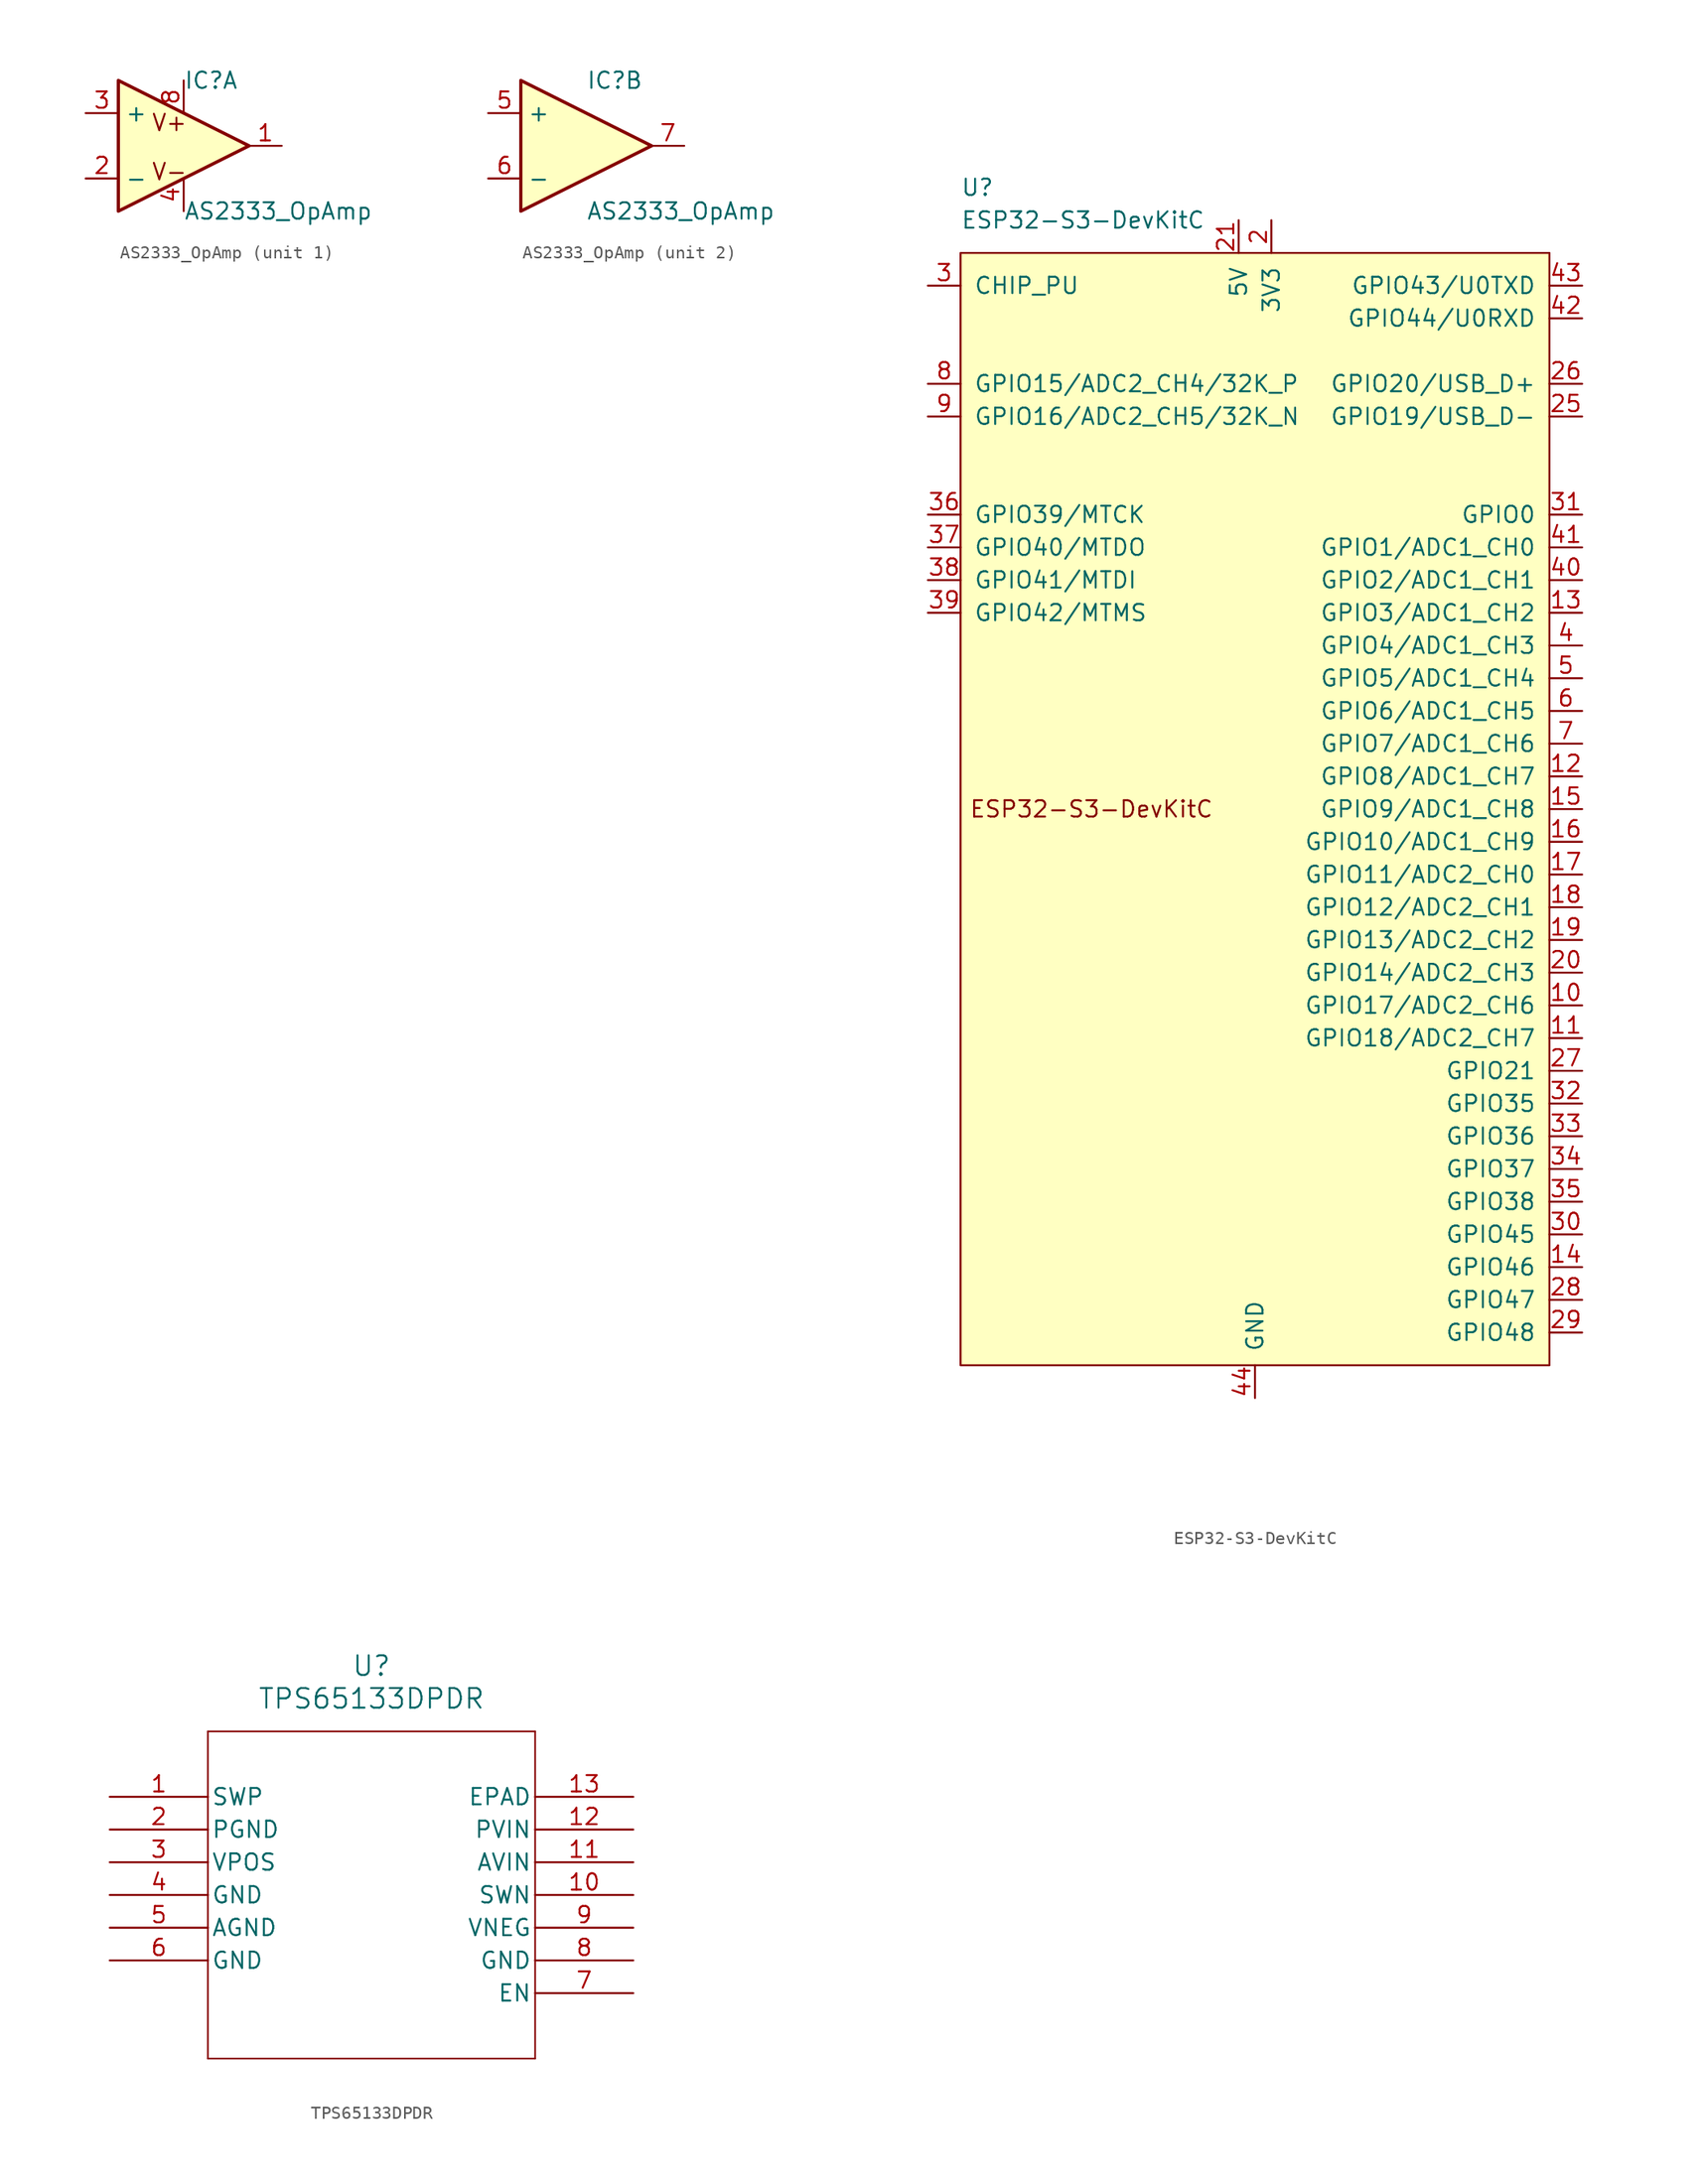
<source format=kicad_sym>
(kicad_symbol_lib
  (version 20241209)
  (generator "kicad_symbol_editor")
  (generator_version "9.0")
  (symbol "AS2333_OpAmp"
    (property "Reference" "IC"
      (at 0 5.08 0)
      (effects (font (size 1.27 1.27)) (justify left)))
    (property "Value" "AS2333_OpAmp"
      (at 0 -5.08 0)
      (effects (font (size 1.27 1.27)) (justify left)))
    (property "ki_locked" ""
      (at 0 0 0)
      (effects (font (size 1.27 1.27))))
    (symbol "AS2333_OpAmp_1_1"
      (polyline (pts (xy -5.08 5.08) (xy 5.08 0) (xy -5.08 -5.08) (xy -5.08 5.08)) (stroke (width 0.254) (type default)) (fill (type background)))
      (text "V+" (at -2.54 2.54 0) (effects (font (size 1.27 1.27)) (justify left top)))
      (text "V-" (at -2.54 -1.27 0) (effects (font (size 1.27 1.27)) (justify left top)))
      (pin input line (at -7.62 2.54 0) (length 2.54) (name "+" (effects (font (size 1.27 1.27)))) (number "3" (effects (font (size 1.27 1.27)))))
      (pin input line (at -7.62 -2.54 0) (length 2.54) (name "-" (effects (font (size 1.27 1.27)))) (number "2" (effects (font (size 1.27 1.27)))))
      (pin power_in line (at 0 5.08 270) (length 2.54) (name "" (effects (font (size 1.27 1.27)))) (number "8" (effects (font (size 1.27 1.27)))))
      (pin power_in line (at 0 -5.08 90) (length 2.54) (name "" (effects (font (size 1.27 1.27)))) (number "4" (effects (font (size 1.27 1.27)))))
      (pin output line (at 7.62 0 180) (length 2.54) (name "~" (effects (font (size 1.27 1.27)))) (number "1" (effects (font (size 1.27 1.27))))))
    (symbol "AS2333_OpAmp_2_1"
      (polyline (pts (xy -5.08 5.08) (xy 5.08 0) (xy -5.08 -5.08) (xy -5.08 5.08)) (stroke (width 0.254) (type default)) (fill (type background)))
      (pin input line (at -7.62 2.54 0) (length 2.54) (name "+" (effects (font (size 1.27 1.27)))) (number "5" (effects (font (size 1.27 1.27)))))
      (pin input line (at -7.62 -2.54 0) (length 2.54) (name "-" (effects (font (size 1.27 1.27)))) (number "6" (effects (font (size 1.27 1.27)))))
      (pin output line (at 7.62 0 180) (length 2.54) (name "~" (effects (font (size 1.27 1.27)))) (number "7" (effects (font (size 1.27 1.27)))))))
  (symbol "ESP32-S3-DevKitC"
    (pin_names
      (offset 1.016))
    (property "Reference" "U"
      (at -22.86 48.26 0)
      (effects (font (size 1.27 1.27)) (justify left)))
    (property "Value" "ESP32-S3-DevKitC"
      (at -22.86 45.72 0)
      (effects (font (size 1.27 1.27)) (justify left)))
    (symbol "ESP32-S3-DevKitC_0_0"
      (text "ESP32-S3-DevKitC" (at -12.7 0 0) (effects (font (size 1.27 1.27))))
      (pin bidirectional line (at -25.4 15.24 0) (length 2.54) (name "GPIO42/MTMS" (effects (font (size 1.27 1.27)))) (number "39" (effects (font (size 1.27 1.27)))))
      (pin power_in line (at 0 -45.72 90) (length 2.54) (name "GND" (effects (font (size 1.27 1.27)))) (number "44" (effects (font (size 1.27 1.27)))))
      (pin bidirectional line (at 25.4 40.64 180) (length 2.54) (name "GPIO43/U0TXD" (effects (font (size 1.27 1.27)))) (number "43" (effects (font (size 1.27 1.27)))))
      (pin bidirectional line (at 25.4 38.1 180) (length 2.54) (name "GPIO44/U0RXD" (effects (font (size 1.27 1.27)))) (number "42" (effects (font (size 1.27 1.27)))))
      (pin bidirectional line (at 25.4 20.32 180) (length 2.54) (name "GPIO1/ADC1_CH0" (effects (font (size 1.27 1.27)))) (number "41" (effects (font (size 1.27 1.27)))))
      (pin bidirectional line (at 25.4 17.78 180) (length 2.54) (name "GPIO2/ADC1_CH1" (effects (font (size 1.27 1.27)))) (number "40" (effects (font (size 1.27 1.27)))))
      (pin bidirectional line (at 25.4 -10.16 180) (length 2.54) (name "GPIO13/ADC2_CH2" (effects (font (size 1.27 1.27)))) (number "19" (effects (font (size 1.27 1.27)))))
      (pin bidirectional line (at 25.4 -35.56 180) (length 2.54) (name "GPIO46" (effects (font (size 1.27 1.27)))) (number "14" (effects (font (size 1.27 1.27))))))
    (symbol "ESP32-S3-DevKitC_0_1"
      (rectangle (start -22.86 43.18) (end 22.86 -43.18) (stroke (width 0) (type default)) (fill (type background)))
      (pin power_in line (at 1.27 45.72 270) (length 2.54) (name "3V3" (effects (font (size 1.27 1.27)))) (number "2" (effects (font (size 1.27 1.27))))))
    (symbol "ESP32-S3-DevKitC_1_1"
      (pin input line (at -25.4 40.64 0) (length 2.54) (name "CHIP_PU" (effects (font (size 1.27 1.27)))) (number "3" (effects (font (size 1.27 1.27)))))
      (pin bidirectional line (at -25.4 33.02 0) (length 2.54) (name "GPIO15/ADC2_CH4/32K_P" (effects (font (size 1.27 1.27)))) (number "8" (effects (font (size 1.27 1.27)))))
      (pin bidirectional line (at -25.4 30.48 0) (length 2.54) (name "GPIO16/ADC2_CH5/32K_N" (effects (font (size 1.27 1.27)))) (number "9" (effects (font (size 1.27 1.27)))))
      (pin bidirectional line (at -25.4 22.86 0) (length 2.54) (name "GPIO39/MTCK" (effects (font (size 1.27 1.27)))) (number "36" (effects (font (size 1.27 1.27)))))
      (pin bidirectional line (at -25.4 20.32 0) (length 2.54) (name "GPIO40/MTDO" (effects (font (size 1.27 1.27)))) (number "37" (effects (font (size 1.27 1.27)))))
      (pin bidirectional line (at -25.4 17.78 0) (length 2.54) (name "GPIO41/MTDI" (effects (font (size 1.27 1.27)))) (number "38" (effects (font (size 1.27 1.27)))))
      (pin power_in line (at -1.27 45.72 270) (length 2.54) (name "5V" (effects (font (size 1.27 1.27)))) (number "21" (effects (font (size 1.27 1.27)))))
      (pin passive line (at 0 -45.72 90) (length 2.54) (hide yes) (name "GND" (effects (font (size 1.27 1.27)))) (number "22" (effects (font (size 1.27 1.27)))))
      (pin passive line (at 0 -45.72 90) (length 2.54) (hide yes) (name "GND" (effects (font (size 1.27 1.27)))) (number "23" (effects (font (size 1.27 1.27)))))
      (pin passive line (at 0 -45.72 90) (length 2.54) (hide yes) (name "GND" (effects (font (size 1.27 1.27)))) (number "24" (effects (font (size 1.27 1.27)))))
      (pin passive line (at 1.27 45.72 270) (length 2.54) (hide yes) (name "3V3" (effects (font (size 1.27 1.27)))) (number "1" (effects (font (size 1.27 1.27)))))
      (pin bidirectional line (at 25.4 33.02 180) (length 2.54) (name "GPIO20/USB_D+" (effects (font (size 1.27 1.27)))) (number "26" (effects (font (size 1.27 1.27)))))
      (pin bidirectional line (at 25.4 30.48 180) (length 2.54) (name "GPIO19/USB_D-" (effects (font (size 1.27 1.27)))) (number "25" (effects (font (size 1.27 1.27)))))
      (pin bidirectional line (at 25.4 22.86 180) (length 2.54) (name "GPIO0" (effects (font (size 1.27 1.27)))) (number "31" (effects (font (size 1.27 1.27)))))
      (pin bidirectional line (at 25.4 15.24 180) (length 2.54) (name "GPIO3/ADC1_CH2" (effects (font (size 1.27 1.27)))) (number "13" (effects (font (size 1.27 1.27)))))
      (pin bidirectional line (at 25.4 12.7 180) (length 2.54) (name "GPIO4/ADC1_CH3" (effects (font (size 1.27 1.27)))) (number "4" (effects (font (size 1.27 1.27)))))
      (pin bidirectional line (at 25.4 10.16 180) (length 2.54) (name "GPIO5/ADC1_CH4" (effects (font (size 1.27 1.27)))) (number "5" (effects (font (size 1.27 1.27)))))
      (pin bidirectional line (at 25.4 7.62 180) (length 2.54) (name "GPIO6/ADC1_CH5" (effects (font (size 1.27 1.27)))) (number "6" (effects (font (size 1.27 1.27)))))
      (pin bidirectional line (at 25.4 5.08 180) (length 2.54) (name "GPIO7/ADC1_CH6" (effects (font (size 1.27 1.27)))) (number "7" (effects (font (size 1.27 1.27)))))
      (pin bidirectional line (at 25.4 2.54 180) (length 2.54) (name "GPIO8/ADC1_CH7" (effects (font (size 1.27 1.27)))) (number "12" (effects (font (size 1.27 1.27)))))
      (pin bidirectional line (at 25.4 0 180) (length 2.54) (name "GPIO9/ADC1_CH8" (effects (font (size 1.27 1.27)))) (number "15" (effects (font (size 1.27 1.27)))))
      (pin bidirectional line (at 25.4 -2.54 180) (length 2.54) (name "GPIO10/ADC1_CH9" (effects (font (size 1.27 1.27)))) (number "16" (effects (font (size 1.27 1.27)))))
      (pin bidirectional line (at 25.4 -5.08 180) (length 2.54) (name "GPIO11/ADC2_CH0" (effects (font (size 1.27 1.27)))) (number "17" (effects (font (size 1.27 1.27)))))
      (pin bidirectional line (at 25.4 -7.62 180) (length 2.54) (name "GPIO12/ADC2_CH1" (effects (font (size 1.27 1.27)))) (number "18" (effects (font (size 1.27 1.27)))))
      (pin bidirectional line (at 25.4 -12.7 180) (length 2.54) (name "GPIO14/ADC2_CH3" (effects (font (size 1.27 1.27)))) (number "20" (effects (font (size 1.27 1.27)))))
      (pin bidirectional line (at 25.4 -15.24 180) (length 2.54) (name "GPIO17/ADC2_CH6" (effects (font (size 1.27 1.27)))) (number "10" (effects (font (size 1.27 1.27)))))
      (pin bidirectional line (at 25.4 -17.78 180) (length 2.54) (name "GPIO18/ADC2_CH7" (effects (font (size 1.27 1.27)))) (number "11" (effects (font (size 1.27 1.27)))))
      (pin bidirectional line (at 25.4 -20.32 180) (length 2.54) (name "GPIO21" (effects (font (size 1.27 1.27)))) (number "27" (effects (font (size 1.27 1.27)))))
      (pin bidirectional line (at 25.4 -22.86 180) (length 2.54) (name "GPIO35" (effects (font (size 1.27 1.27)))) (number "32" (effects (font (size 1.27 1.27)))))
      (pin bidirectional line (at 25.4 -25.4 180) (length 2.54) (name "GPIO36" (effects (font (size 1.27 1.27)))) (number "33" (effects (font (size 1.27 1.27)))))
      (pin bidirectional line (at 25.4 -27.94 180) (length 2.54) (name "GPIO37" (effects (font (size 1.27 1.27)))) (number "34" (effects (font (size 1.27 1.27)))))
      (pin bidirectional line (at 25.4 -30.48 180) (length 2.54) (name "GPIO38" (effects (font (size 1.27 1.27)))) (number "35" (effects (font (size 1.27 1.27)))))
      (pin bidirectional line (at 25.4 -33.02 180) (length 2.54) (name "GPIO45" (effects (font (size 1.27 1.27)))) (number "30" (effects (font (size 1.27 1.27)))))
      (pin bidirectional line (at 25.4 -38.1 180) (length 2.54) (name "GPIO47" (effects (font (size 1.27 1.27)))) (number "28" (effects (font (size 1.27 1.27)))))
      (pin bidirectional line (at 25.4 -40.64 180) (length 2.54) (name "GPIO48" (effects (font (size 1.27 1.27)))) (number "29" (effects (font (size 1.27 1.27)))))))
  (symbol "TPS65133DPDR"
    (pin_names
      (offset 0.254))
    (property "Reference" "U"
      (at 20.32 10.16 0)
      (effects (font (size 1.524 1.524))))
    (property "Value" "TPS65133DPDR"
      (at 20.32 7.62 0)
      (effects (font (size 1.524 1.524))))
    (symbol "TPS65133DPDR_0_1"
      (polyline (pts (xy 7.62 5.08) (xy 7.62 -20.32)) (stroke (width 0.127) (type default)) (fill (type none)))
      (polyline (pts (xy 7.62 -20.32) (xy 33.02 -20.32)) (stroke (width 0.127) (type default)) (fill (type none)))
      (polyline (pts (xy 33.02 5.08) (xy 7.62 5.08)) (stroke (width 0.127) (type default)) (fill (type none)))
      (polyline (pts (xy 33.02 -20.32) (xy 33.02 5.08)) (stroke (width 0.127) (type default)) (fill (type none)))
      (pin unspecified line (at 0 0 0) (length 7.62) (name "SWP" (effects (font (size 1.27 1.27)))) (number "1" (effects (font (size 1.27 1.27)))))
      (pin power_out line (at 0 -2.54 0) (length 7.62) (name "PGND" (effects (font (size 1.27 1.27)))) (number "2" (effects (font (size 1.27 1.27)))))
      (pin unspecified line (at 0 -5.08 0) (length 7.62) (name "VPOS" (effects (font (size 1.27 1.27)))) (number "3" (effects (font (size 1.27 1.27)))))
      (pin power_out line (at 0 -7.62 0) (length 7.62) (name "GND" (effects (font (size 1.27 1.27)))) (number "4" (effects (font (size 1.27 1.27)))))
      (pin power_out line (at 0 -10.16 0) (length 7.62) (name "AGND" (effects (font (size 1.27 1.27)))) (number "5" (effects (font (size 1.27 1.27)))))
      (pin power_out line (at 0 -12.7 0) (length 7.62) (name "GND" (effects (font (size 1.27 1.27)))) (number "6" (effects (font (size 1.27 1.27)))))
      (pin unspecified line (at 40.64 0 180) (length 7.62) (name "EPAD" (effects (font (size 1.27 1.27)))) (number "13" (effects (font (size 1.27 1.27)))))
      (pin unspecified line (at 40.64 -2.54 180) (length 7.62) (name "PVIN" (effects (font (size 1.27 1.27)))) (number "12" (effects (font (size 1.27 1.27)))))
      (pin unspecified line (at 40.64 -5.08 180) (length 7.62) (name "AVIN" (effects (font (size 1.27 1.27)))) (number "11" (effects (font (size 1.27 1.27)))))
      (pin unspecified line (at 40.64 -7.62 180) (length 7.62) (name "SWN" (effects (font (size 1.27 1.27)))) (number "10" (effects (font (size 1.27 1.27)))))
      (pin unspecified line (at 40.64 -10.16 180) (length 7.62) (name "VNEG" (effects (font (size 1.27 1.27)))) (number "9" (effects (font (size 1.27 1.27)))))
      (pin power_out line (at 40.64 -12.7 180) (length 7.62) (name "GND" (effects (font (size 1.27 1.27)))) (number "8" (effects (font (size 1.27 1.27)))))
      (pin unspecified line (at 40.64 -15.24 180) (length 7.62) (name "EN" (effects (font (size 1.27 1.27)))) (number "7" (effects (font (size 1.27 1.27))))))))
</source>
